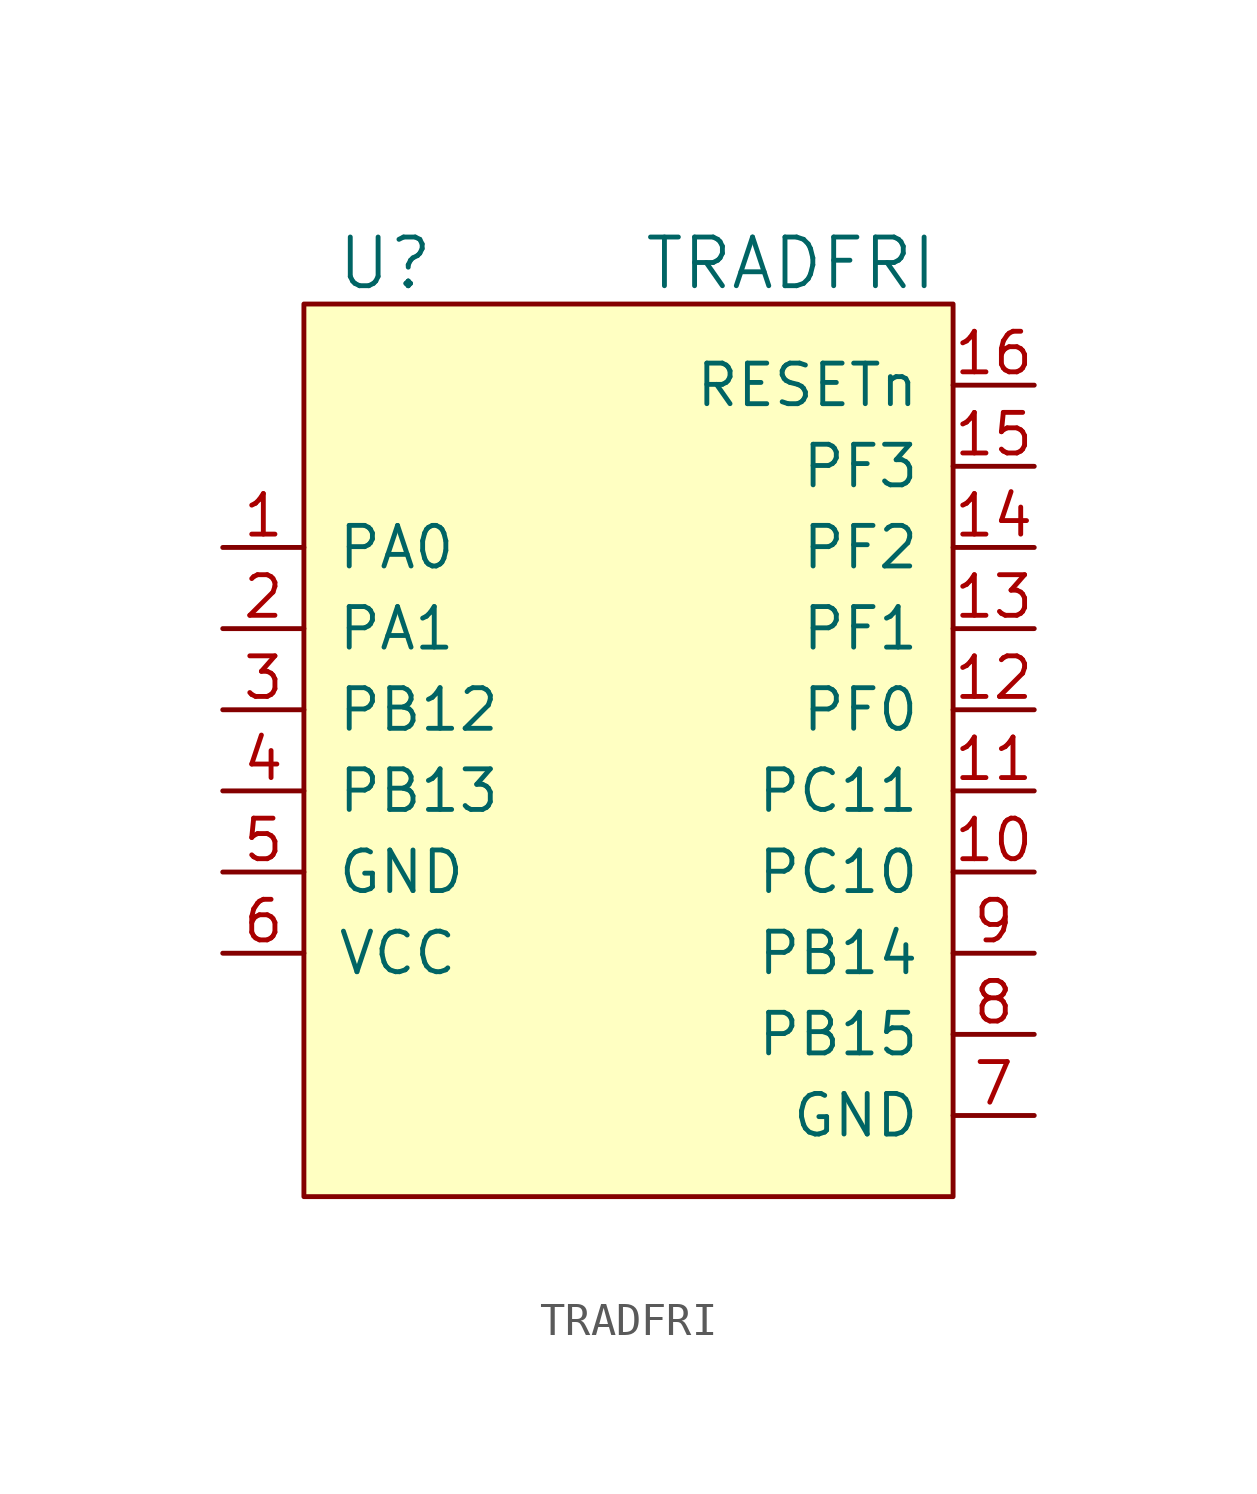
<source format=kicad_sym>
(kicad_symbol_lib
  (version 20231120)
  (generator "kicad_symbol_editor")
  (generator_version "8.0")
  (symbol "TRADFRI"
    (pin_names
      (offset 1.016))
    (property "Reference" "U"
      (at -12.7 8.89 0)
      (effects (font (size 1.524 1.524))))
    (property "Value" "TRADFRI"
      (at 0 8.89 0)
      (effects (font (size 1.524 1.524))))
    (symbol "TRADFRI_1_1"
      (rectangle (start -15.24 7.62) (end 5.08 -20.32) (stroke (width 0) (type solid)) (fill (type background)))
      (pin passive line (at -17.78 0 0) (length 2.54) (name "PA0" (effects (font (size 1.27 1.27)))) (number "1" (effects (font (size 1.27 1.27)))))
      (pin passive line (at 7.62 -10.16 180) (length 2.54) (name "PC10" (effects (font (size 1.27 1.27)))) (number "10" (effects (font (size 1.27 1.27)))))
      (pin passive line (at 7.62 -7.62 180) (length 2.54) (name "PC11" (effects (font (size 1.27 1.27)))) (number "11" (effects (font (size 1.27 1.27)))))
      (pin passive line (at 7.62 -5.08 180) (length 2.54) (name "PF0" (effects (font (size 1.27 1.27)))) (number "12" (effects (font (size 1.27 1.27)))))
      (pin passive line (at 7.62 -2.54 180) (length 2.54) (name "PF1" (effects (font (size 1.27 1.27)))) (number "13" (effects (font (size 1.27 1.27)))))
      (pin passive line (at 7.62 0 180) (length 2.54) (name "PF2" (effects (font (size 1.27 1.27)))) (number "14" (effects (font (size 1.27 1.27)))))
      (pin passive line (at 7.62 2.54 180) (length 2.54) (name "PF3" (effects (font (size 1.27 1.27)))) (number "15" (effects (font (size 1.27 1.27)))))
      (pin passive line (at 7.62 5.08 180) (length 2.54) (name "RESETn" (effects (font (size 1.27 1.27)))) (number "16" (effects (font (size 1.27 1.27)))))
      (pin passive line (at -17.78 -2.54 0) (length 2.54) (name "PA1" (effects (font (size 1.27 1.27)))) (number "2" (effects (font (size 1.27 1.27)))))
      (pin passive line (at -17.78 -5.08 0) (length 2.54) (name "PB12" (effects (font (size 1.27 1.27)))) (number "3" (effects (font (size 1.27 1.27)))))
      (pin passive line (at -17.78 -7.62 0) (length 2.54) (name "PB13" (effects (font (size 1.27 1.27)))) (number "4" (effects (font (size 1.27 1.27)))))
      (pin power_in line (at -17.78 -10.16 0) (length 2.54) (name "GND" (effects (font (size 1.27 1.27)))) (number "5" (effects (font (size 1.27 1.27)))))
      (pin power_in line (at -17.78 -12.7 0) (length 2.54) (name "VCC" (effects (font (size 1.27 1.27)))) (number "6" (effects (font (size 1.27 1.27)))))
      (pin power_in line (at 7.62 -17.78 180) (length 2.54) (name "GND" (effects (font (size 1.27 1.27)))) (number "7" (effects (font (size 1.27 1.27)))))
      (pin passive line (at 7.62 -15.24 180) (length 2.54) (name "PB15" (effects (font (size 1.27 1.27)))) (number "8" (effects (font (size 1.27 1.27)))))
      (pin passive line (at 7.62 -12.7 180) (length 2.54) (name "PB14" (effects (font (size 1.27 1.27)))) (number "9" (effects (font (size 1.27 1.27))))))))
</source>
